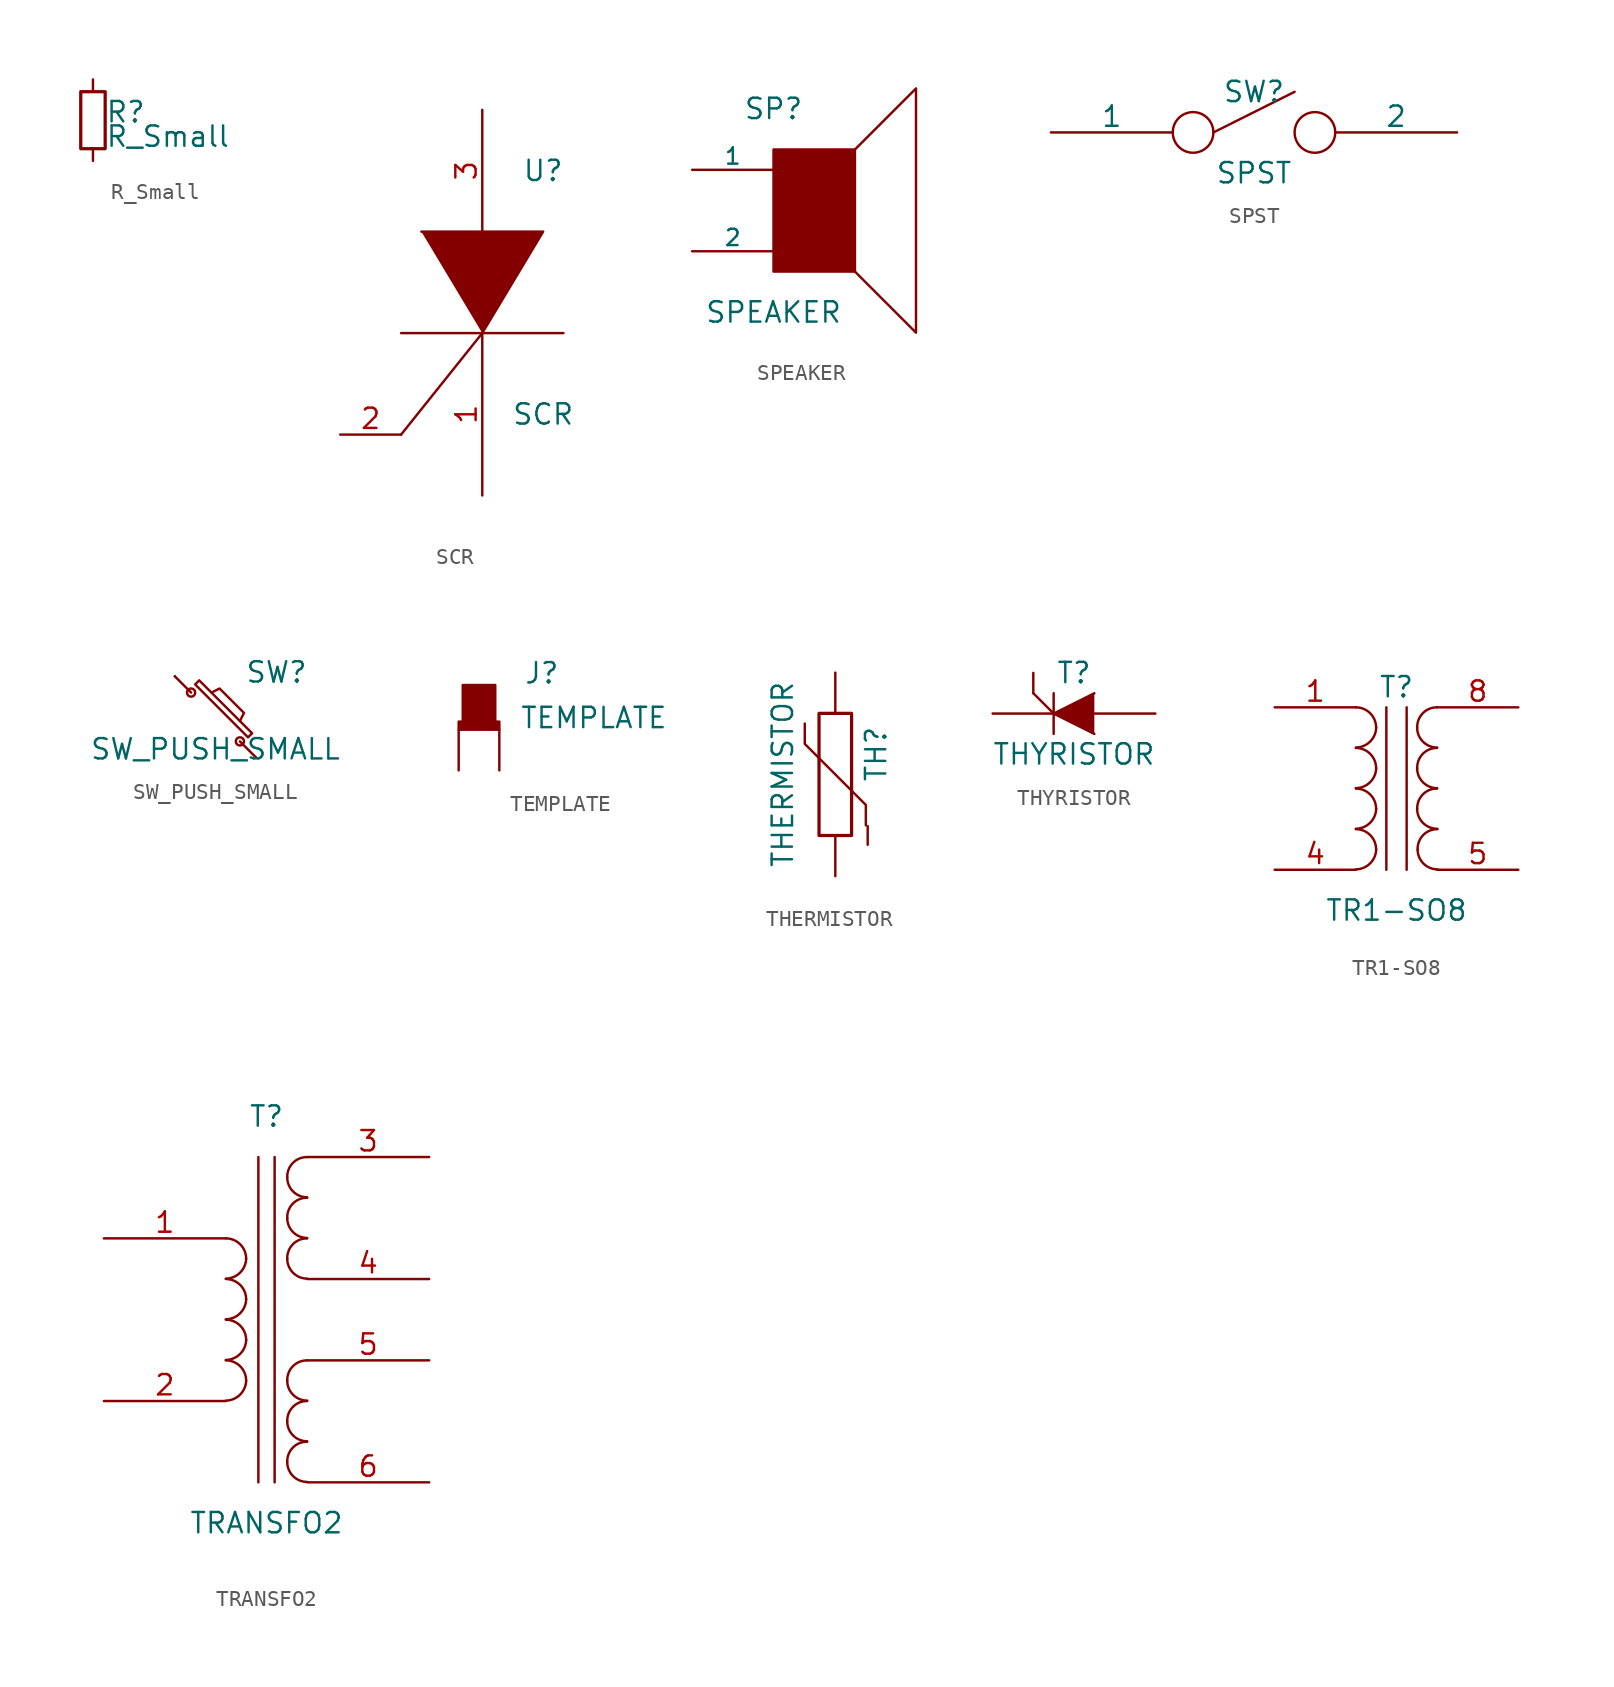
<source format=kicad_sym>
(kicad_symbol_lib
  (version 20211014)
  (generator kicad_symbol_editor)
  (symbol "R_Small"
    (pin_numbers hide)
    (pin_names
      (offset 0.254) hide)
    (property "Reference" "R"
      (at 0.762 0.508 0)
      (effects (font (size 1.27 1.27)) (justify left)))
    (property "Value" "R_Small"
      (at 0.762 -1.016 0)
      (effects (font (size 1.27 1.27)) (justify left)))
    (property "Footprint" ""
      (at 0 0 0)
      (effects (font (size 1.27 1.27))))
    (property "Datasheet" ""
      (at 0 0 0)
      (effects (font (size 1.27 1.27))))
    (symbol "R_Small_0_1"
      (rectangle (start -0.762 1.778) (end 0.762 -1.778) (stroke (width 0.203) (type default) (color 0 0 0 0)) (fill (type none))))
    (symbol "R_Small_1_1"
      (pin passive line (at 0 2.54 270) (length 0.762) (name "~" (effects (font (size 1.016 1.016)))) (number "1" (effects (font (size 1.016 1.016)))))
      (pin passive line (at 0 -2.54 90) (length 0.762) (name "~" (effects (font (size 1.016 1.016)))) (number "2" (effects (font (size 1.016 1.016)))))))
  (symbol "SCR"
    (pin_names
      (offset 0.254) hide)
    (property "Reference" "U"
      (at 3.81 6.35 0)
      (effects (font (size 1.27 1.27))))
    (property "Value" "SCR"
      (at 3.81 -8.89 0)
      (effects (font (size 1.27 1.27))))
    (property "Footprint" ""
      (at 0 0 0)
      (effects (font (size 1.27 1.27))))
    (property "Datasheet" ""
      (at 0 0 0)
      (effects (font (size 1.27 1.27))))
    (symbol "SCR_0_0"
      (polyline (pts (xy -5.08 -3.81) (xy 5.08 -3.81)) (stroke (width 0) (type default) (color 0 0 0 0)) (fill (type none))))
    (symbol "SCR_0_1"
      (polyline (pts (xy 0 -3.81) (xy -5.08 -10.16)) (stroke (width 0) (type default) (color 0 0 0 0)) (fill (type none)))
      (polyline (pts (xy -3.81 2.54) (xy 3.81 2.54) (xy 0 -3.81)) (stroke (width 0) (type default) (color 0 0 0 0)) (fill (type outline))))
    (symbol "SCR_1_1"
      (pin input line (at 0 -13.97 90) (length 10.16) (name "K" (effects (font (size 1.27 1.27)))) (number "1" (effects (font (size 1.27 1.27)))))
      (pin input line (at -8.89 -10.16 0) (length 3.81) (name "G" (effects (font (size 1.27 1.27)))) (number "2" (effects (font (size 1.27 1.27)))))
      (pin input line (at 0 10.16 270) (length 7.62) (name "A" (effects (font (size 1.27 1.27)))) (number "3" (effects (font (size 1.27 1.27)))))))
  (symbol "SPEAKER"
    (pin_numbers hide)
    (pin_names
      (offset 0))
    (property "Reference" "SP"
      (at -2.54 6.35 0)
      (effects (font (size 1.27 1.27))))
    (property "Value" "SPEAKER"
      (at -2.54 -6.35 0)
      (effects (font (size 1.27 1.27))))
    (property "Footprint" ""
      (at 0 0 0)
      (effects (font (size 1.27 1.27))))
    (property "Datasheet" ""
      (at 0 0 0)
      (effects (font (size 1.27 1.27))))
    (symbol "SPEAKER_0_0"
      (polyline (pts (xy 2.54 3.81) (xy 6.35 7.62) (xy 6.35 -7.62) (xy 2.54 -3.81)) (stroke (width 0) (type default) (color 0 0 0 0)) (fill (type none)))
      (polyline (pts (xy -2.54 3.81) (xy 2.54 3.81) (xy 2.54 -3.81) (xy -2.54 -3.81) (xy -2.54 3.81)) (stroke (width 0) (type default) (color 0 0 0 0)) (fill (type outline))))
    (symbol "SPEAKER_1_1"
      (pin input line (at -7.62 2.54 0) (length 5.08) (name "1" (effects (font (size 1.016 1.016)))) (number "1" (effects (font (size 1.016 1.016)))))
      (pin input line (at -7.62 -2.54 0) (length 5.08) (name "2" (effects (font (size 1.016 1.016)))) (number "2" (effects (font (size 1.016 1.016)))))))
  (symbol "SPST"
    (pin_numbers hide)
    (pin_names
      (offset 0))
    (property "Reference" "SW"
      (at 0 2.54 0)
      (effects (font (size 1.27 1.27))))
    (property "Value" "SPST"
      (at 0 -2.54 0)
      (effects (font (size 1.27 1.27))))
    (property "Footprint" ""
      (at 0 0 0)
      (effects (font (size 1.27 1.27))))
    (property "Datasheet" ""
      (at 0 0 0)
      (effects (font (size 1.27 1.27))))
    (symbol "SPST_0_0"
      (circle (center -3.81 0) (radius 1.27) (stroke (width 0) (type default) (color 0 0 0 0)) (fill (type none)))
      (polyline (pts (xy -2.54 0) (xy 2.54 2.54)) (stroke (width 0) (type default) (color 0 0 0 0)) (fill (type none)))
      (circle (center 3.81 0) (radius 1.27) (stroke (width 0) (type default) (color 0 0 0 0)) (fill (type none))))
    (symbol "SPST_1_1"
      (pin input line (at -12.7 0 0) (length 7.62) (name "1" (effects (font (size 1.27 1.27)))) (number "1" (effects (font (size 1.27 1.27)))))
      (pin input line (at 12.7 0 180) (length 7.62) (name "2" (effects (font (size 1.27 1.27)))) (number "2" (effects (font (size 1.27 1.27)))))))
  (symbol "SW_PUSH_SMALL"
    (pin_numbers hide)
    (pin_names
      (offset 1.016) hide)
    (property "Reference" "SW"
      (at 3.81 2.794 0)
      (effects (font (size 1.27 1.27))))
    (property "Value" "SW_PUSH_SMALL"
      (at 0 -2.007 0)
      (effects (font (size 1.27 1.27))))
    (property "Footprint" ""
      (at 0 0 0)
      (effects (font (size 1.27 1.27))))
    (property "Datasheet" ""
      (at 0 0 0)
      (effects (font (size 1.27 1.27))))
    (symbol "SW_PUSH_SMALL_0_1"
      (circle (center -1.524 1.524) (radius 0.254) (stroke (width 0) (type default) (color 0 0 0 0)) (fill (type none)))
      (polyline (pts (xy -2.54 2.54) (xy -1.524 1.524) (xy -1.524 1.524)) (stroke (width 0) (type default) (color 0 0 0 0)) (fill (type none)))
      (polyline (pts (xy 1.524 -1.524) (xy 2.54 -2.54) (xy 2.54 -2.54) (xy 2.54 -2.54)) (stroke (width 0) (type default) (color 0 0 0 0)) (fill (type none)))
      (polyline (pts (xy -0.254 1.524) (xy 0.254 1.778) (xy 1.778 0.254) (xy 1.524 -0.254) (xy 1.524 -0.254) (xy 1.524 -0.254)) (stroke (width 0) (type default) (color 0 0 0 0)) (fill (type none)))
      (polyline (pts (xy -1.27 2.032) (xy 2.032 -1.27) (xy 2.286 -1.016) (xy -1.016 2.286) (xy -1.27 2.032) (xy -1.27 2.032) (xy -1.27 2.032)) (stroke (width 0) (type default) (color 0 0 0 0)) (fill (type none)))
      (circle (center 1.524 -1.524) (radius 0.254) (stroke (width 0) (type default) (color 0 0 0 0)) (fill (type none)))
      (pin passive line (at -2.54 2.54 0) (length 0) (name "1" (effects (font (size 1.27 1.27)))) (number "1" (effects (font (size 1.27 1.27)))))
      (pin passive line (at 2.54 -2.54 180) (length 0) (name "2" (effects (font (size 1.27 1.27)))) (number "2" (effects (font (size 1.27 1.27)))))))
  (symbol "TEMPLATE"
    (pin_numbers hide)
    (pin_names
      (offset 1.016) hide)
    (property "Reference" "J"
      (at 4.064 5.334 0)
      (effects (font (size 1.27 1.27)) (justify left bottom)))
    (property "Value" "TEMPLATE"
      (at 3.81 2.54 0)
      (effects (font (size 1.27 1.27)) (justify left bottom)))
    (property "Footprint" ""
      (at 0 0 0)
      (effects (font (size 1.27 1.27))))
    (property "Datasheet" ""
      (at 0 0 0)
      (effects (font (size 1.27 1.27))))
    (symbol "TEMPLATE_0_1"
      (rectangle (start 0 2.54) (end 2.54 3.048) (stroke (width 0) (type default) (color 0 0 0 0)) (fill (type outline)))
      (rectangle (start 2.286 5.334) (end 0.254 3.048) (stroke (width 0) (type default) (color 0 0 0 0)) (fill (type outline))))
    (symbol "TEMPLATE_1_1"
      (pin unspecified line (at 0 0 90) (length 2.54) (name "~" (effects (font (size 1.27 1.27)))) (number "1" (effects (font (size 1.27 1.27)))))
      (pin unspecified line (at 2.54 0 90) (length 2.54) (name "~" (effects (font (size 1.27 1.27)))) (number "2" (effects (font (size 1.27 1.27)))))))
  (symbol "THERMISTOR"
    (pin_numbers hide)
    (pin_names
      (offset 0))
    (property "Reference" "TH"
      (at 2.54 1.27 90)
      (effects (font (size 1.27 1.27))))
    (property "Value" "THERMISTOR"
      (at -2.54 0 90)
      (effects (font (size 1.27 1.27)) (justify bottom)))
    (property "Footprint" ""
      (at 0 0 0)
      (effects (font (size 1.27 1.27))))
    (property "Datasheet" ""
      (at 0 0 0)
      (effects (font (size 1.27 1.27))))
    (symbol "THERMISTOR_0_1"
      (rectangle (start -1.016 3.81) (end 1.016 -3.81) (stroke (width 0.203) (type default) (color 0 0 0 0)) (fill (type none)))
      (polyline (pts (xy -1.905 3.175) (xy -1.905 1.905) (xy 1.905 -1.905) (xy 1.905 -3.175) (xy 1.905 -3.175)) (stroke (width 0) (type default) (color 0 0 0 0)) (fill (type none)))
      (text "-" (at 1.905 -3.81 900) (effects (font (size 1.524 1.524)))))
    (symbol "THERMISTOR_1_1"
      (pin passive line (at 0 6.35 270) (length 2.54) (name "~" (effects (font (size 1.27 1.27)))) (number "1" (effects (font (size 1.27 1.27)))))
      (pin passive line (at 0 -6.35 90) (length 2.54) (name "~" (effects (font (size 1.27 1.27)))) (number "2" (effects (font (size 1.27 1.27)))))))
  (symbol "THYRISTOR"
    (pin_numbers hide)
    (pin_names
      (offset 1.016) hide)
    (property "Reference" "T"
      (at 0 2.54 0)
      (effects (font (size 1.27 1.27))))
    (property "Value" "THYRISTOR"
      (at 0 -2.54 0)
      (effects (font (size 1.27 1.27))))
    (property "Footprint" ""
      (at 0 0 0)
      (effects (font (size 1.27 1.27))))
    (property "Datasheet" ""
      (at 0 0 0)
      (effects (font (size 1.27 1.27))))
    (symbol "THYRISTOR_0_1"
      (polyline (pts (xy -1.27 1.27) (xy -1.27 -1.27)) (stroke (width 0) (type default) (color 0 0 0 0)) (fill (type none)))
      (polyline (pts (xy 1.27 1.27) (xy -1.27 0) (xy 1.27 -1.27)) (stroke (width 0) (type default) (color 0 0 0 0)) (fill (type outline)))
      (polyline (pts (xy -1.27 0) (xy -2.54 1.27) (xy -2.54 1.27) (xy -2.54 1.27)) (stroke (width 0) (type default) (color 0 0 0 0)) (fill (type none))))
    (symbol "THYRISTOR_1_1"
      (pin passive line (at 5.08 0 180) (length 3.81) (name "A" (effects (font (size 1.27 1.27)))) (number "A" (effects (font (size 1.27 1.27)))))
      (pin passive line (at -2.54 2.54 270) (length 1.27) (name "G" (effects (font (size 1.27 1.27)))) (number "G" (effects (font (size 1.27 1.27)))))
      (pin passive line (at -5.08 0 0) (length 3.81) (name "K" (effects (font (size 1.27 1.27)))) (number "K" (effects (font (size 1.27 1.27)))))))
  (symbol "TR1-SO8"
    (pin_names
      (offset 1.016) hide)
    (property "Reference" "T"
      (at 0 6.35 0)
      (effects (font (size 1.27 1.27))))
    (property "Value" "TR1-SO8"
      (at 0 -7.62 0)
      (effects (font (size 1.27 1.27))))
    (property "Footprint" ""
      (at 0 0 0)
      (effects (font (size 1.27 1.27))))
    (property "Datasheet" ""
      (at 0 0 0)
      (effects (font (size 1.27 1.27))))
    (symbol "TR1-SO8_0_1"
      (arc (start -2.54 -5.0546) (mid -1.6599 -4.6901) (end -1.27 -3.81) (stroke (width 0) (type default) (color 0 0 0 0)) (fill (type none)))
      (arc (start -2.54 -2.5146) (mid -1.6599 -2.1501) (end -1.27 -1.27) (stroke (width 0) (type default) (color 0 0 0 0)) (fill (type none)))
      (arc (start -2.54 0.0254) (mid -1.6599 0.3899) (end -1.27 1.27) (stroke (width 0) (type default) (color 0 0 0 0)) (fill (type none)))
      (arc (start -2.54 2.5654) (mid -1.6599 2.9299) (end -1.27 3.81) (stroke (width 0) (type default) (color 0 0 0 0)) (fill (type none)))
      (arc (start -1.27 -3.81) (mid -1.642 -2.912) (end -2.54 -2.54) (stroke (width 0) (type default) (color 0 0 0 0)) (fill (type none)))
      (arc (start -1.27 -1.27) (mid -1.642 -0.372) (end -2.54 0) (stroke (width 0) (type default) (color 0 0 0 0)) (fill (type none)))
      (arc (start -1.27 1.27) (mid -1.642 2.168) (end -2.54 2.54) (stroke (width 0) (type default) (color 0 0 0 0)) (fill (type none)))
      (arc (start -1.27 3.81) (mid -1.642 4.708) (end -2.54 5.08) (stroke (width 0) (type default) (color 0 0 0 0)) (fill (type none)))
      (polyline (pts (xy -0.635 5.08) (xy -0.635 -5.08)) (stroke (width 0) (type default) (color 0 0 0 0)) (fill (type none)))
      (polyline (pts (xy 0.635 -5.08) (xy 0.635 5.08)) (stroke (width 0) (type default) (color 0 0 0 0)) (fill (type none)))
      (arc (start 1.2954 -1.27) (mid 1.6599 -2.1501) (end 2.54 -2.5146) (stroke (width 0) (type default) (color 0 0 0 0)) (fill (type none)))
      (arc (start 1.2954 1.27) (mid 1.6599 0.3899) (end 2.54 0.0254) (stroke (width 0) (type default) (color 0 0 0 0)) (fill (type none)))
      (arc (start 1.2954 3.81) (mid 1.6599 2.9299) (end 2.54 2.5654) (stroke (width 0) (type default) (color 0 0 0 0)) (fill (type none)))
      (arc (start 1.3208 -3.81) (mid 1.6853 -4.6901) (end 2.5654 -5.0546) (stroke (width 0) (type default) (color 0 0 0 0)) (fill (type none)))
      (arc (start 2.54 0) (mid 1.642 -0.372) (end 1.2954 -1.27) (stroke (width 0) (type default) (color 0 0 0 0)) (fill (type none)))
      (arc (start 2.54 2.54) (mid 1.642 2.168) (end 1.2954 1.27) (stroke (width 0) (type default) (color 0 0 0 0)) (fill (type none)))
      (arc (start 2.54 5.08) (mid 1.642 4.708) (end 1.2954 3.81) (stroke (width 0) (type default) (color 0 0 0 0)) (fill (type none)))
      (arc (start 2.5654 -2.54) (mid 1.6674 -2.912) (end 1.3208 -3.81) (stroke (width 0) (type default) (color 0 0 0 0)) (fill (type none))))
    (symbol "TR1-SO8_1_1"
      (pin passive line (at -7.62 5.08 0) (length 5.08) (name "AA" (effects (font (size 1.27 1.27)))) (number "1" (effects (font (size 1.27 1.27)))))
      (pin passive line (at -7.62 -5.08 0) (length 5.08) (name "AB" (effects (font (size 1.27 1.27)))) (number "4" (effects (font (size 1.27 1.27)))))
      (pin passive line (at 7.62 -5.08 180) (length 5.08) (name "SA" (effects (font (size 1.27 1.27)))) (number "5" (effects (font (size 1.27 1.27)))))
      (pin passive line (at 7.62 5.08 180) (length 5.08) (name "SB" (effects (font (size 1.27 1.27)))) (number "8" (effects (font (size 1.27 1.27)))))))
  (symbol "TRANSFO2"
    (pin_names
      (offset 1.016) hide)
    (property "Reference" "T"
      (at 0 12.7 0)
      (effects (font (size 1.27 1.27))))
    (property "Value" "TRANSFO2"
      (at 0 -12.7 0)
      (effects (font (size 1.27 1.27))))
    (property "Footprint" ""
      (at 0 0 0)
      (effects (font (size 1.27 1.27))))
    (property "Datasheet" ""
      (at 0 0 0)
      (effects (font (size 1.27 1.27))))
    (symbol "TRANSFO2_0_1"
      (arc (start -2.54 -5.0546) (mid -1.6599 -4.6901) (end -1.27 -3.81) (stroke (width 0) (type default) (color 0 0 0 0)) (fill (type none)))
      (arc (start -2.54 -2.5146) (mid -1.6599 -2.1501) (end -1.27 -1.27) (stroke (width 0) (type default) (color 0 0 0 0)) (fill (type none)))
      (arc (start -2.54 0.0254) (mid -1.6599 0.3899) (end -1.27 1.27) (stroke (width 0) (type default) (color 0 0 0 0)) (fill (type none)))
      (arc (start -2.54 2.5654) (mid -1.6599 2.9299) (end -1.27 3.81) (stroke (width 0) (type default) (color 0 0 0 0)) (fill (type none)))
      (arc (start -1.27 -3.81) (mid -1.642 -2.912) (end -2.54 -2.54) (stroke (width 0) (type default) (color 0 0 0 0)) (fill (type none)))
      (arc (start -1.27 -1.27) (mid -1.642 -0.372) (end -2.54 0) (stroke (width 0) (type default) (color 0 0 0 0)) (fill (type none)))
      (arc (start -1.27 1.27) (mid -1.642 2.168) (end -2.54 2.54) (stroke (width 0) (type default) (color 0 0 0 0)) (fill (type none)))
      (arc (start -1.27 3.81) (mid -1.642 4.708) (end -2.54 5.08) (stroke (width 0) (type default) (color 0 0 0 0)) (fill (type none)))
      (polyline (pts (xy -0.508 -10.16) (xy -0.508 10.16)) (stroke (width 0) (type default) (color 0 0 0 0)) (fill (type none)))
      (polyline (pts (xy 0.508 10.16) (xy 0.508 -10.16)) (stroke (width 0) (type default) (color 0 0 0 0)) (fill (type none)))
      (arc (start 1.2954 -8.89) (mid 1.6599 -9.7701) (end 2.54 -10.1346) (stroke (width 0) (type default) (color 0 0 0 0)) (fill (type none)))
      (arc (start 1.2954 -6.35) (mid 1.6599 -7.2301) (end 2.54 -7.5946) (stroke (width 0) (type default) (color 0 0 0 0)) (fill (type none)))
      (arc (start 1.2954 -3.81) (mid 1.6599 -4.6901) (end 2.54 -5.0546) (stroke (width 0) (type default) (color 0 0 0 0)) (fill (type none)))
      (arc (start 1.2954 3.81) (mid 1.6599 2.9299) (end 2.54 2.5654) (stroke (width 0) (type default) (color 0 0 0 0)) (fill (type none)))
      (arc (start 1.2954 6.35) (mid 1.6599 5.4699) (end 2.54 5.1054) (stroke (width 0) (type default) (color 0 0 0 0)) (fill (type none)))
      (arc (start 1.2954 8.89) (mid 1.6599 8.0099) (end 2.54 7.6454) (stroke (width 0) (type default) (color 0 0 0 0)) (fill (type none)))
      (arc (start 2.54 -7.62) (mid 1.642 -7.992) (end 1.2954 -8.89) (stroke (width 0) (type default) (color 0 0 0 0)) (fill (type none)))
      (arc (start 2.54 -5.08) (mid 1.642 -5.452) (end 1.2954 -6.35) (stroke (width 0) (type default) (color 0 0 0 0)) (fill (type none)))
      (arc (start 2.54 -2.54) (mid 1.642 -2.912) (end 1.2954 -3.81) (stroke (width 0) (type default) (color 0 0 0 0)) (fill (type none)))
      (arc (start 2.54 5.08) (mid 1.642 4.708) (end 1.2954 3.81) (stroke (width 0) (type default) (color 0 0 0 0)) (fill (type none)))
      (arc (start 2.54 7.62) (mid 1.642 7.248) (end 1.2954 6.35) (stroke (width 0) (type default) (color 0 0 0 0)) (fill (type none)))
      (arc (start 2.54 10.16) (mid 1.642 9.788) (end 1.2954 8.89) (stroke (width 0) (type default) (color 0 0 0 0)) (fill (type none))))
    (symbol "TRANSFO2_1_1"
      (pin passive line (at -10.16 5.08 0) (length 7.62) (name "AA" (effects (font (size 1.27 1.27)))) (number "1" (effects (font (size 1.27 1.27)))))
      (pin passive line (at -10.16 -5.08 0) (length 7.62) (name "AB" (effects (font (size 1.27 1.27)))) (number "2" (effects (font (size 1.27 1.27)))))
      (pin passive line (at 10.16 10.16 180) (length 7.62) (name "SA" (effects (font (size 1.27 1.27)))) (number "3" (effects (font (size 1.27 1.27)))))
      (pin passive line (at 10.16 2.54 180) (length 7.62) (name "SB" (effects (font (size 1.27 1.27)))) (number "4" (effects (font (size 1.27 1.27)))))
      (pin passive line (at 10.16 -2.54 180) (length 7.62) (name "SC" (effects (font (size 1.27 1.27)))) (number "5" (effects (font (size 1.27 1.27)))))
      (pin passive line (at 10.16 -10.16 180) (length 7.62) (name "SD" (effects (font (size 1.27 1.27)))) (number "6" (effects (font (size 1.27 1.27))))))))
</source>
